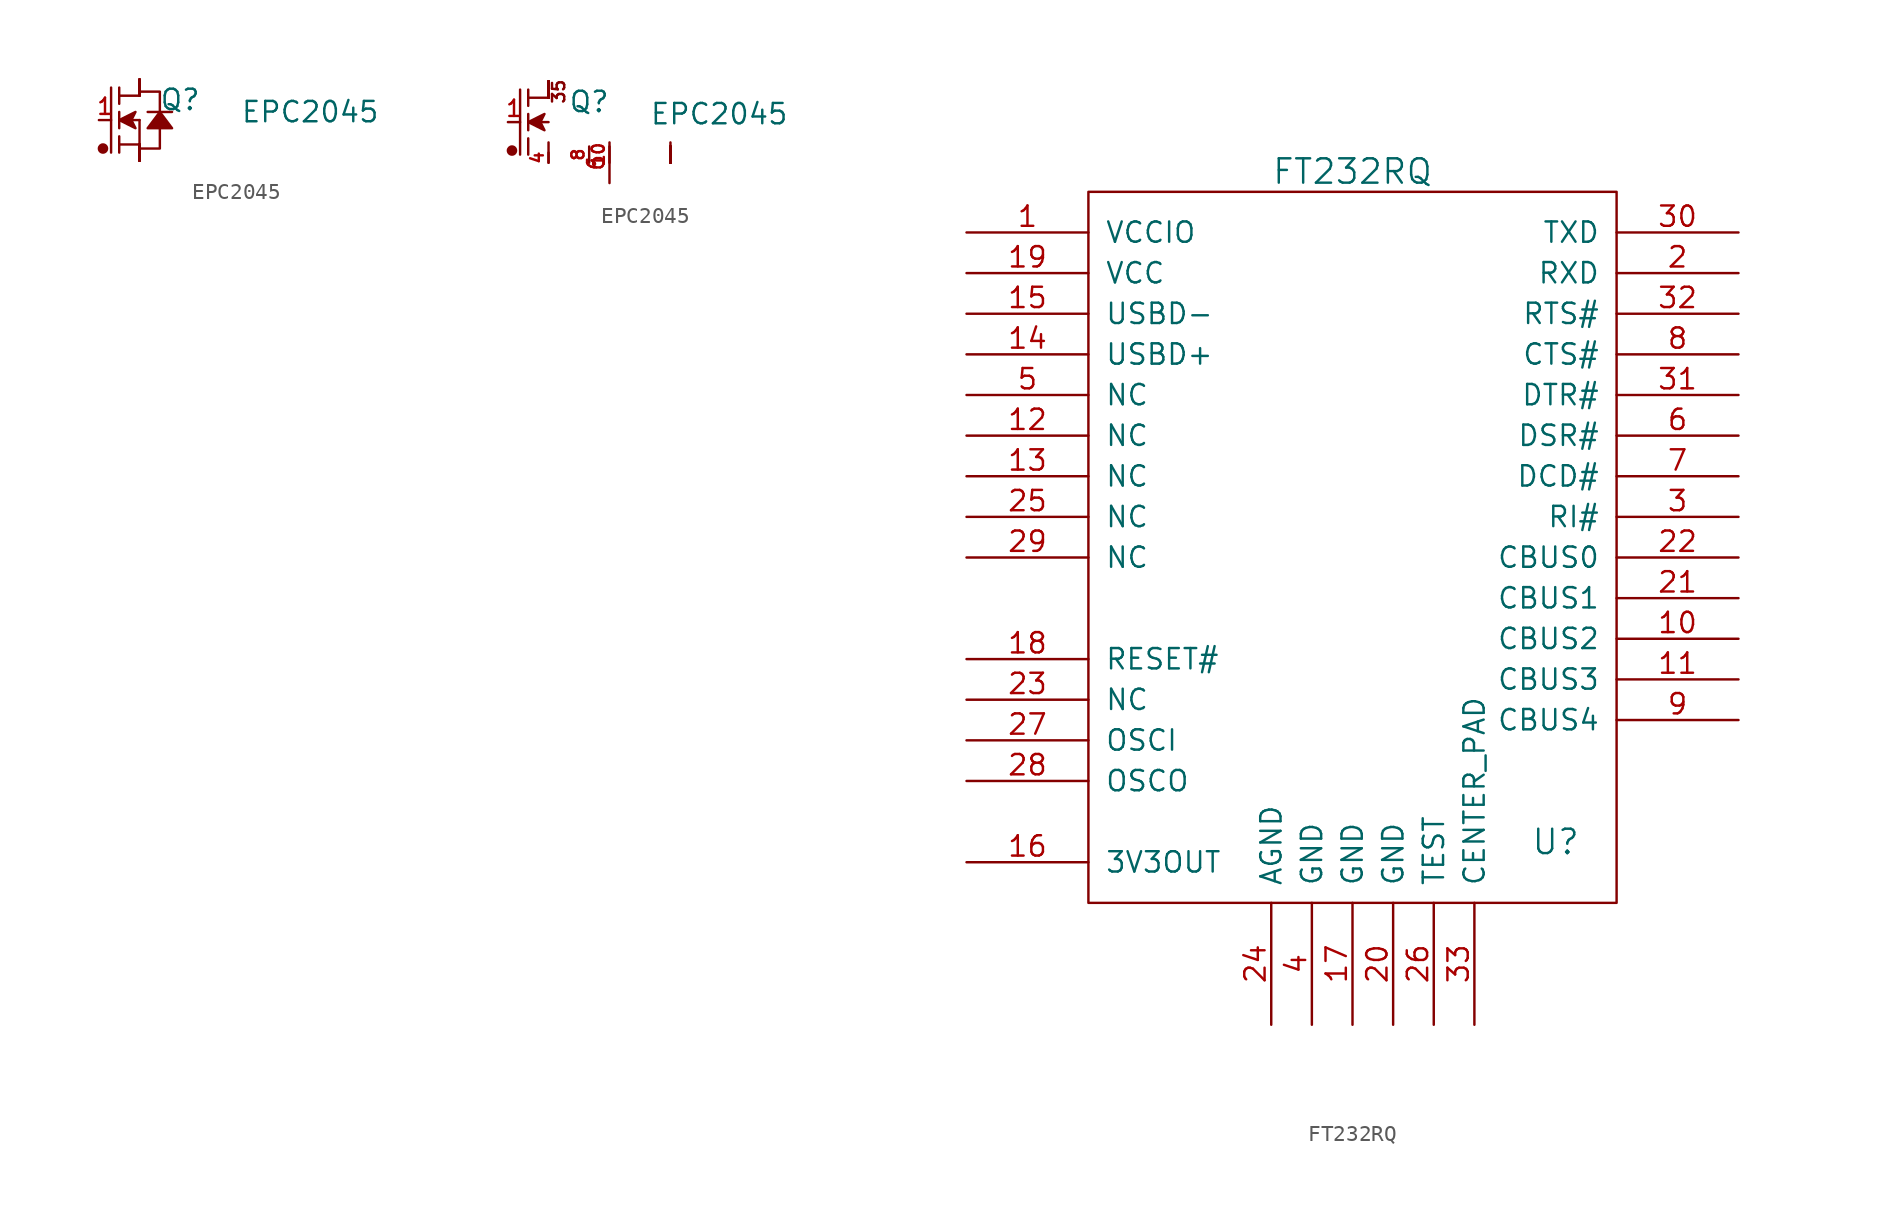
<source format=kicad_sym>
(kicad_symbol_lib
  (version 20211014)
  (generator kicad_symbol_editor)
  (symbol "EPC2045"
    (pin_names
      (offset 0) hide)
    (property "Reference" "Q"
      (at 3.81 1.27 0)
      (effects (font (size 1.27 1.27))))
    (property "Value" "EPC2045"
      (at 11.938 0.508 0)
      (effects (font (size 1.27 1.27))))
    (symbol "EPC2045_0_0"
      (circle (center -1.016 -1.778) (radius 0.254) (stroke (width 0) (type default) (color 0 0 0 0)) (fill (type outline)))
      (polyline (pts (xy -0.508 2.032) (xy -0.508 -2.032)) (stroke (width 0) (type default) (color 0 0 0 0)) (fill (type none)))
      (polyline (pts (xy 0 -1.016) (xy 0 -2.032)) (stroke (width 0) (type default) (color 0 0 0 0)) (fill (type none)))
      (polyline (pts (xy 0 -0.508) (xy 0 0.508)) (stroke (width 0) (type default) (color 0 0 0 0)) (fill (type none)))
      (polyline (pts (xy 0 1.016) (xy 0 2.032)) (stroke (width 0) (type default) (color 0 0 0 0)) (fill (type none)))
      (polyline (pts (xy 1.27 0) (xy 0.635 0)) (stroke (width 0) (type default) (color 0 0 0 0)) (fill (type none)))
      (polyline (pts (xy 0 0) (xy 1.016 0.508) (xy 0.762 0) (xy 1.016 -0.508) (xy 0 0)) (stroke (width 0) (type default) (color 0 0 0 0)) (fill (type outline))))
    (symbol "EPC2045_0_1"
      (polyline (pts (xy 1.27 -1.524) (xy 0 -1.524)) (stroke (width 0) (type default) (color 0 0 0 0)) (fill (type none)))
      (polyline (pts (xy 1.27 -1.524) (xy 1.27 0)) (stroke (width 0) (type default) (color 0 0 0 0)) (fill (type none)))
      (polyline (pts (xy 1.27 1.524) (xy 0 1.524)) (stroke (width 0) (type default) (color 0 0 0 0)) (fill (type none)))
      (polyline (pts (xy 1.778 0.508) (xy 3.302 0.508)) (stroke (width 0) (type default) (color 0 0 0 0)) (fill (type none)))
      (polyline (pts (xy 1.27 -1.778) (xy 2.54 -1.778) (xy 2.54 1.778) (xy 1.27 1.778)) (stroke (width 0) (type default) (color 0 0 0 0)) (fill (type none)))
      (polyline (pts (xy 2.54 0.508) (xy 1.778 -0.508) (xy 3.302 -0.508) (xy 2.54 0.508)) (stroke (width 0) (type default) (color 0 0 0 0)) (fill (type outline))))
    (symbol "EPC2045_0_2"
      (polyline (pts (xy 1.27 2.032) (xy 1.27 1.524) (xy 0 1.524)) (stroke (width 0) (type default) (color 0 0 0 0)) (fill (type none)))
      (text "35" (at 1.905 1.905 900) (effects (font (size 0.762 0.762)))))
    (symbol "EPC2045_1_1"
      (pin passive line (at -1.27 0 0) (length 0.762) (name "G" (effects (font (size 1.27 1.27)))) (number "1" (effects (font (size 1.016 1.016)))))
      (pin passive line (at 1.27 2.54 270) (length 1.016) (name "~" (effects (font (size 1.27 1.27)))) (number "10" (effects (font (size 0 0)))))
      (pin passive line (at 1.27 2.54 270) (length 1.016) (name "~" (effects (font (size 1.27 1.27)))) (number "11" (effects (font (size 0 0)))))
      (pin passive line (at 1.27 2.54 270) (length 1.016) (name "~" (effects (font (size 1.27 1.27)))) (number "12" (effects (font (size 0 0)))))
      (pin passive line (at 1.27 -2.54 90) (length 1.016) (name "~" (effects (font (size 1.27 1.27)))) (number "13" (effects (font (size 0 0)))))
      (pin passive line (at 1.27 -2.54 90) (length 1.016) (name "~" (effects (font (size 1.27 1.27)))) (number "14" (effects (font (size 0 0)))))
      (pin passive line (at 1.27 -2.54 90) (length 1.016) (name "~" (effects (font (size 1.27 1.27)))) (number "15" (effects (font (size 0 0)))))
      (pin passive line (at 1.27 -2.54 90) (length 0.635) (name "~" (effects (font (size 1.27 1.27)))) (number "2" (effects (font (size 0 0)))))
      (pin passive line (at 1.27 -2.54 90) (length 0.635) (name "S" (effects (font (size 1.27 1.27)))) (number "3" (effects (font (size 0 0)))))
      (pin passive line (at 1.27 2.54 270) (length 0.635) (name "D" (effects (font (size 1.27 1.27)))) (number "4" (effects (font (size 0 0)))))
      (pin passive line (at 1.27 2.54 270) (length 0.635) (name "D" (effects (font (size 1.27 1.27)))) (number "5" (effects (font (size 0 0)))))
      (pin passive line (at 1.27 2.54 270) (length 1.016) (name "~" (effects (font (size 1.27 1.27)))) (number "6" (effects (font (size 0 0)))))
      (pin passive line (at 1.27 -2.54 90) (length 1.016) (name "~" (effects (font (size 1.27 1.27)))) (number "7" (effects (font (size 0 0)))))
      (pin passive line (at 1.27 -2.54 90) (length 1.016) (name "~" (effects (font (size 1.27 1.27)))) (number "8" (effects (font (size 0 0)))))
      (pin passive line (at 1.27 -2.54 90) (length 1.016) (name "~" (effects (font (size 1.27 1.27)))) (number "9" (effects (font (size 0 0))))))
    (symbol "EPC2045_1_2"
      (pin passive line (at -1.27 0 0) (length 0.762) (name "G" (effects (font (size 1.27 1.27)))) (number "1" (effects (font (size 1.016 1.016)))))
      (pin passive line (at 5.08 -2.54 90) (length 1.016) (name "~" (effects (font (size 1.27 1.27)))) (number "10" (effects (font (size 0.762 0.762)))))
      (pin passive line (at 1.27 2.54 270) (length 1.016) (name "~" (effects (font (size 1.27 1.27)))) (number "11" (effects (font (size 0 0)))))
      (pin passive line (at 1.27 2.54 270) (length 1.016) (name "~" (effects (font (size 1.27 1.27)))) (number "12" (effects (font (size 0 0)))))
      (pin passive line (at 8.89 -2.54 90) (length 1.016) (name "~" (effects (font (size 1.27 1.27)))) (number "13" (effects (font (size 0 0)))))
      (pin passive line (at 8.89 -2.54 90) (length 1.016) (name "~" (effects (font (size 1.27 1.27)))) (number "14" (effects (font (size 0 0)))))
      (pin passive line (at 1.27 2.54 270) (length 1.016) (name "~" (effects (font (size 1.27 1.27)))) (number "15" (effects (font (size 0 0)))))
      (pin passive line (at 1.27 2.54 270) (length 1.016) (name "~" (effects (font (size 1.27 1.27)))) (number "16" (effects (font (size 0 0)))))
      (pin passive line (at 8.89 -2.54 90) (length 1.016) (name "~" (effects (font (size 1.27 1.27)))) (number "17" (effects (font (size 0 0)))))
      (pin passive line (at 8.89 -2.54 90) (length 1.016) (name "~" (effects (font (size 1.27 1.27)))) (number "18" (effects (font (size 0 0)))))
      (pin passive line (at 1.27 2.54 270) (length 1.016) (name "~" (effects (font (size 1.27 1.27)))) (number "19" (effects (font (size 0 0)))))
      (pin passive line (at 1.27 -2.54 90) (length 1.27) (name "U" (effects (font (size 1.27 1.27)))) (number "2" (effects (font (size 0 0)))))
      (pin passive line (at 8.89 -2.54 90) (length 1.27) (name "~" (effects (font (size 1.27 1.27)))) (number "2" (effects (font (size 0 0)))))
      (pin passive line (at 1.27 2.54 270) (length 1.016) (name "~" (effects (font (size 1.27 1.27)))) (number "20" (effects (font (size 0 0)))))
      (pin passive line (at 8.89 -2.54 90) (length 1.016) (name "~" (effects (font (size 1.27 1.27)))) (number "21" (effects (font (size 0 0)))))
      (pin passive line (at 8.89 -2.54 90) (length 1.016) (name "~" (effects (font (size 1.27 1.27)))) (number "22" (effects (font (size 0 0)))))
      (pin passive line (at 1.27 2.54 270) (length 1.016) (name "~" (effects (font (size 1.27 1.27)))) (number "23" (effects (font (size 0 0)))))
      (pin passive line (at 1.27 2.54 270) (length 1.016) (name "~" (effects (font (size 1.27 1.27)))) (number "24" (effects (font (size 0 0)))))
      (pin passive line (at 8.89 -2.54 90) (length 1.016) (name "~" (effects (font (size 1.27 1.27)))) (number "25" (effects (font (size 0 0)))))
      (pin passive line (at 8.89 -2.54 90) (length 1.016) (name "~" (effects (font (size 1.27 1.27)))) (number "26" (effects (font (size 0 0)))))
      (pin passive line (at 1.27 2.54 270) (length 1.016) (name "~" (effects (font (size 1.27 1.27)))) (number "27" (effects (font (size 0 0)))))
      (pin passive line (at 1.27 2.54 270) (length 1.016) (name "~" (effects (font (size 1.27 1.27)))) (number "28" (effects (font (size 0 0)))))
      (pin passive line (at 8.89 -2.54 90) (length 1.016) (name "~" (effects (font (size 1.27 1.27)))) (number "29" (effects (font (size 0 0)))))
      (pin passive line (at 1.27 2.54 270) (length 0.635) (name "D" (effects (font (size 1.27 1.27)))) (number "3" (effects (font (size 0 0)))))
      (pin passive line (at 1.27 -2.54 90) (length 0.635) (name "S" (effects (font (size 1.27 1.27)))) (number "4" (effects (font (size 0.762 0.762)))))
      (pin passive line (at 1.27 2.54 270) (length 0.635) (name "D" (effects (font (size 1.27 1.27)))) (number "5" (effects (font (size 0 0)))))
      (pin passive line (at 5.08 -3.81 90) (length 2.54) (name "~" (effects (font (size 1.27 1.27)))) (number "6" (effects (font (size 1.016 1.016)))))
      (pin passive line (at 1.27 2.54 270) (length 1.016) (name "~" (effects (font (size 1.27 1.27)))) (number "7" (effects (font (size 0 0)))))
      (pin passive line (at 3.81 -2.54 90) (length 1.016) (name "~" (effects (font (size 1.27 1.27)))) (number "8" (effects (font (size 0.762 0.762)))))
      (pin passive line (at 1.27 2.54 270) (length 1.016) (name "~" (effects (font (size 1.27 1.27)))) (number "9" (effects (font (size 0 0)))))))
  (symbol "FT232RQ"
    (pin_names
      (offset 1.016))
    (property "Reference" "U"
      (at 12.7 -24.13 0)
      (effects (font (size 1.524 1.524))))
    (property "Value" "FT232RQ"
      (at 0 17.78 0)
      (effects (font (size 1.524 1.524))))
    (property "Footprint" ""
      (at 0 0 0)
      (effects (font (size 1.524 1.524))))
    (property "Datasheet" ""
      (at 0 0 0)
      (effects (font (size 1.524 1.524))))
    (symbol "FT232RQ_0_1"
      (rectangle (start -16.51 16.51) (end 16.51 -27.94) (stroke (width 0) (type default) (color 0 0 0 0)) (fill (type none))))
    (symbol "FT232RQ_1_1"
      (pin input line (at -24.13 13.97 0) (length 7.62) (name "VCCIO" (effects (font (size 1.27 1.27)))) (number "1" (effects (font (size 1.27 1.27)))))
      (pin input line (at 24.13 -11.43 180) (length 7.62) (name "CBUS2" (effects (font (size 1.27 1.27)))) (number "10" (effects (font (size 1.27 1.27)))))
      (pin input line (at 24.13 -13.97 180) (length 7.62) (name "CBUS3" (effects (font (size 1.27 1.27)))) (number "11" (effects (font (size 1.27 1.27)))))
      (pin input line (at -24.13 1.27 0) (length 7.62) (name "NC" (effects (font (size 1.27 1.27)))) (number "12" (effects (font (size 1.27 1.27)))))
      (pin input line (at -24.13 -1.27 0) (length 7.62) (name "NC" (effects (font (size 1.27 1.27)))) (number "13" (effects (font (size 1.27 1.27)))))
      (pin input line (at -24.13 6.35 0) (length 7.62) (name "USBD+" (effects (font (size 1.27 1.27)))) (number "14" (effects (font (size 1.27 1.27)))))
      (pin input line (at -24.13 8.89 0) (length 7.62) (name "USBD-" (effects (font (size 1.27 1.27)))) (number "15" (effects (font (size 1.27 1.27)))))
      (pin input line (at -24.13 -25.4 0) (length 7.62) (name "3V3OUT" (effects (font (size 1.27 1.27)))) (number "16" (effects (font (size 1.27 1.27)))))
      (pin input line (at 0 -35.56 90) (length 7.62) (name "GND" (effects (font (size 1.27 1.27)))) (number "17" (effects (font (size 1.27 1.27)))))
      (pin input line (at -24.13 -12.7 0) (length 7.62) (name "RESET#" (effects (font (size 1.27 1.27)))) (number "18" (effects (font (size 1.27 1.27)))))
      (pin input line (at -24.13 11.43 0) (length 7.62) (name "VCC" (effects (font (size 1.27 1.27)))) (number "19" (effects (font (size 1.27 1.27)))))
      (pin input line (at 24.13 11.43 180) (length 7.62) (name "RXD" (effects (font (size 1.27 1.27)))) (number "2" (effects (font (size 1.27 1.27)))))
      (pin input line (at 2.54 -35.56 90) (length 7.62) (name "GND" (effects (font (size 1.27 1.27)))) (number "20" (effects (font (size 1.27 1.27)))))
      (pin input line (at 24.13 -8.89 180) (length 7.62) (name "CBUS1" (effects (font (size 1.27 1.27)))) (number "21" (effects (font (size 1.27 1.27)))))
      (pin input line (at 24.13 -6.35 180) (length 7.62) (name "CBUS0" (effects (font (size 1.27 1.27)))) (number "22" (effects (font (size 1.27 1.27)))))
      (pin input line (at -24.13 -15.24 0) (length 7.62) (name "NC" (effects (font (size 1.27 1.27)))) (number "23" (effects (font (size 1.27 1.27)))))
      (pin input line (at -5.08 -35.56 90) (length 7.62) (name "AGND" (effects (font (size 1.27 1.27)))) (number "24" (effects (font (size 1.27 1.27)))))
      (pin input line (at -24.13 -3.81 0) (length 7.62) (name "NC" (effects (font (size 1.27 1.27)))) (number "25" (effects (font (size 1.27 1.27)))))
      (pin input line (at 5.08 -35.56 90) (length 7.62) (name "TEST" (effects (font (size 1.27 1.27)))) (number "26" (effects (font (size 1.27 1.27)))))
      (pin input line (at -24.13 -17.78 0) (length 7.62) (name "OSCI" (effects (font (size 1.27 1.27)))) (number "27" (effects (font (size 1.27 1.27)))))
      (pin input line (at -24.13 -20.32 0) (length 7.62) (name "OSCO" (effects (font (size 1.27 1.27)))) (number "28" (effects (font (size 1.27 1.27)))))
      (pin input line (at -24.13 -6.35 0) (length 7.62) (name "NC" (effects (font (size 1.27 1.27)))) (number "29" (effects (font (size 1.27 1.27)))))
      (pin input line (at 24.13 -3.81 180) (length 7.62) (name "RI#" (effects (font (size 1.27 1.27)))) (number "3" (effects (font (size 1.27 1.27)))))
      (pin input line (at 24.13 13.97 180) (length 7.62) (name "TXD" (effects (font (size 1.27 1.27)))) (number "30" (effects (font (size 1.27 1.27)))))
      (pin input line (at 24.13 3.81 180) (length 7.62) (name "DTR#" (effects (font (size 1.27 1.27)))) (number "31" (effects (font (size 1.27 1.27)))))
      (pin input line (at 24.13 8.89 180) (length 7.62) (name "RTS#" (effects (font (size 1.27 1.27)))) (number "32" (effects (font (size 1.27 1.27)))))
      (pin input line (at 7.62 -35.56 90) (length 7.62) (name "CENTER_PAD" (effects (font (size 1.27 1.27)))) (number "33" (effects (font (size 1.27 1.27)))))
      (pin input line (at -2.54 -35.56 90) (length 7.62) (name "GND" (effects (font (size 1.27 1.27)))) (number "4" (effects (font (size 1.27 1.27)))))
      (pin input line (at -24.13 3.81 0) (length 7.62) (name "NC" (effects (font (size 1.27 1.27)))) (number "5" (effects (font (size 1.27 1.27)))))
      (pin input line (at 24.13 1.27 180) (length 7.62) (name "DSR#" (effects (font (size 1.27 1.27)))) (number "6" (effects (font (size 1.27 1.27)))))
      (pin input line (at 24.13 -1.27 180) (length 7.62) (name "DCD#" (effects (font (size 1.27 1.27)))) (number "7" (effects (font (size 1.27 1.27)))))
      (pin input line (at 24.13 6.35 180) (length 7.62) (name "CTS#" (effects (font (size 1.27 1.27)))) (number "8" (effects (font (size 1.27 1.27)))))
      (pin input line (at 24.13 -16.51 180) (length 7.62) (name "CBUS4" (effects (font (size 1.27 1.27)))) (number "9" (effects (font (size 1.27 1.27))))))))
</source>
